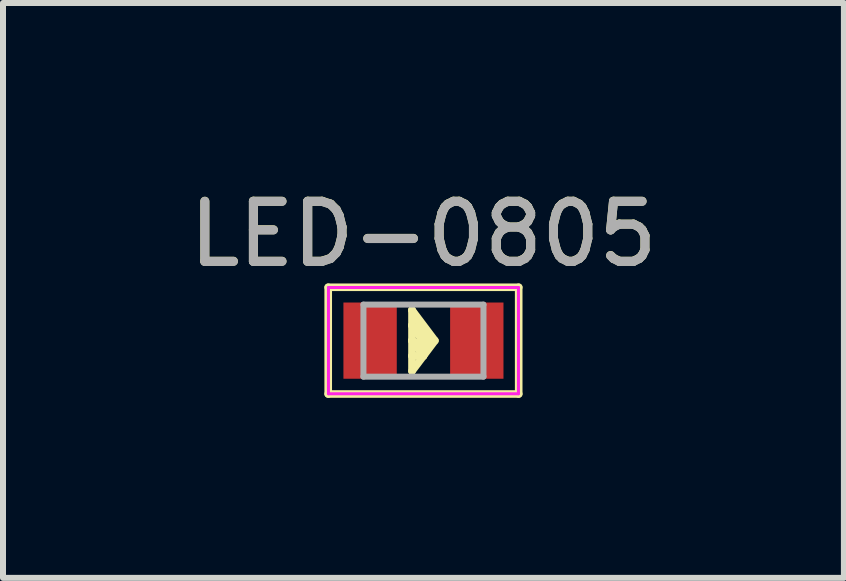
<source format=kicad_pcb>
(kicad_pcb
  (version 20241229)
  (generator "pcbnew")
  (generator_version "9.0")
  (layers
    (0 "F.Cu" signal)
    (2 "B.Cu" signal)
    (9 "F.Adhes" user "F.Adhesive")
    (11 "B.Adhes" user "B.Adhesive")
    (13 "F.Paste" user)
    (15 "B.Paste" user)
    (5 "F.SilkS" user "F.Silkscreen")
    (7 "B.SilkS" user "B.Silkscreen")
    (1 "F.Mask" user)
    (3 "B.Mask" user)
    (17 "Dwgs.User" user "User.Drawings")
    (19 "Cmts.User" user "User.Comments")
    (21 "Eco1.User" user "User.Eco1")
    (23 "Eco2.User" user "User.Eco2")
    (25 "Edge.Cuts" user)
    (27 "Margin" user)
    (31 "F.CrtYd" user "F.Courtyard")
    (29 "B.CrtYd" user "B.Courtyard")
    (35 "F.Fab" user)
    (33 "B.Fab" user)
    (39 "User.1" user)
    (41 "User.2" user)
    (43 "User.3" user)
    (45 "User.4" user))
  (footprint "LED-0805"
    (layer "F.Cu")
    (at 4.006 2.626)
    (property "Reference" "LED-0805" (at 0 -1.778 0) (layer "F.SilkS") (effects (font (size 1 1) (thickness 0.15))))
    (attr smd)
    (fp_line (start -1.587 -0.889) (end 1.587 -0.889) (stroke (width 0.066) (type solid)) (layer "F.SilkS"))
    (fp_line (start -1.587 -0.889) (end 1.587 -0.889) (stroke (width 0.127) (type solid)) (layer "F.SilkS"))
    (fp_line (start -1.587 0.889) (end -1.587 -0.889) (stroke (width 0.066) (type solid)) (layer "F.SilkS"))
    (fp_line (start -1.587 0.889) (end -1.587 -0.889) (stroke (width 0.127) (type solid)) (layer "F.SilkS"))
    (fp_line (start -1.587 0.889) (end 1.587 0.889) (stroke (width 0.066) (type solid)) (layer "F.SilkS"))
    (fp_line (start -0.191 -0.508) (end -0.191 -0.254) (stroke (width 0.127) (type solid)) (layer "F.SilkS"))
    (fp_line (start -0.191 -0.508) (end 0.127 0.064) (stroke (width 0.127) (type solid)) (layer "F.SilkS"))
    (fp_line (start -0.191 -0.254) (end -0.191 0) (stroke (width 0.127) (type solid)) (layer "F.SilkS"))
    (fp_line (start -0.191 -0.254) (end 0.064 0.127) (stroke (width 0.127) (type solid)) (layer "F.SilkS"))
    (fp_line (start -0.191 0) (end -0.191 0.254) (stroke (width 0.127) (type solid)) (layer "F.SilkS"))
    (fp_line (start -0.191 0) (end 0 0.254) (stroke (width 0.127) (type solid)) (layer "F.SilkS"))
    (fp_line (start -0.191 0.254) (end -0.191 0.508) (stroke (width 0.127) (type solid)) (layer "F.SilkS"))
    (fp_line (start -0.191 0.508) (end 0 0.254) (stroke (width 0.127) (type solid)) (layer "F.SilkS"))
    (fp_line (start 0 0.254) (end -0.191 0.254) (stroke (width 0.127) (type solid)) (layer "F.SilkS"))
    (fp_line (start 0 0.254) (end 0.191 0) (stroke (width 0.127) (type solid)) (layer "F.SilkS"))
    (fp_line (start 0.064 0.127) (end -0.191 0) (stroke (width 0.127) (type solid)) (layer "F.SilkS"))
    (fp_line (start 0.127 0.064) (end -0.191 -0.254) (stroke (width 0.127) (type solid)) (layer "F.SilkS"))
    (fp_line (start 0.191 0) (end -0.191 -0.508) (stroke (width 0.127) (type solid)) (layer "F.SilkS"))
    (fp_line (start 1.587 -0.889) (end 1.587 0.889) (stroke (width 0.127) (type solid)) (layer "F.SilkS"))
    (fp_line (start 1.587 0.889) (end -1.587 0.889) (stroke (width 0.127) (type solid)) (layer "F.SilkS"))
    (fp_line (start 1.587 0.889) (end 1.587 -0.889) (stroke (width 0.066) (type solid)) (layer "F.SilkS"))
    (fp_line (start -1.583 -0.885) (end 1.583 -0.885) (stroke (width 0.05) (type solid)) (layer "F.CrtYd"))
    (fp_line (start -1.583 0.885) (end -1.583 -0.885) (stroke (width 0.05) (type solid)) (layer "F.CrtYd"))
    (fp_line (start 1.583 -0.885) (end 1.583 0.885) (stroke (width 0.05) (type solid)) (layer "F.CrtYd"))
    (fp_line (start 1.583 0.885) (end -1.583 0.885) (stroke (width 0.05) (type solid)) (layer "F.CrtYd"))
    (fp_line (start -1 -0.6) (end 1 -0.6) (stroke (width 0.1) (type solid)) (layer "F.Fab"))
    (fp_line (start -1 0.6) (end -1 -0.6) (stroke (width 0.1) (type solid)) (layer "F.Fab"))
    (fp_line (start 1 -0.6) (end 1 0.6) (stroke (width 0.1) (type solid)) (layer "F.Fab"))
    (fp_line (start 1 0.6) (end -1 0.6) (stroke (width 0.1) (type solid)) (layer "F.Fab"))
    (fp_text user "${REFERENCE}" (at 0 -1.775 0) (layer "F.Fab") (effects (font (size 1 1) (thickness 0.15))))
    (pad "1" smd rect (at -0.889 0) (size 0.889 1.27) (layers "F.Cu" "F.Mask" "F.Paste"))
    (pad "2" smd rect (at 0.889 0) (size 0.889 1.27) (layers "F.Cu" "F.Mask" "F.Paste")))
  (gr_rect
    (start -3 -3)
    (end 11.012 6.579)
    (stroke (width 0.1) (type default))
    (fill no)
    (layer "Edge.Cuts")))
</source>
